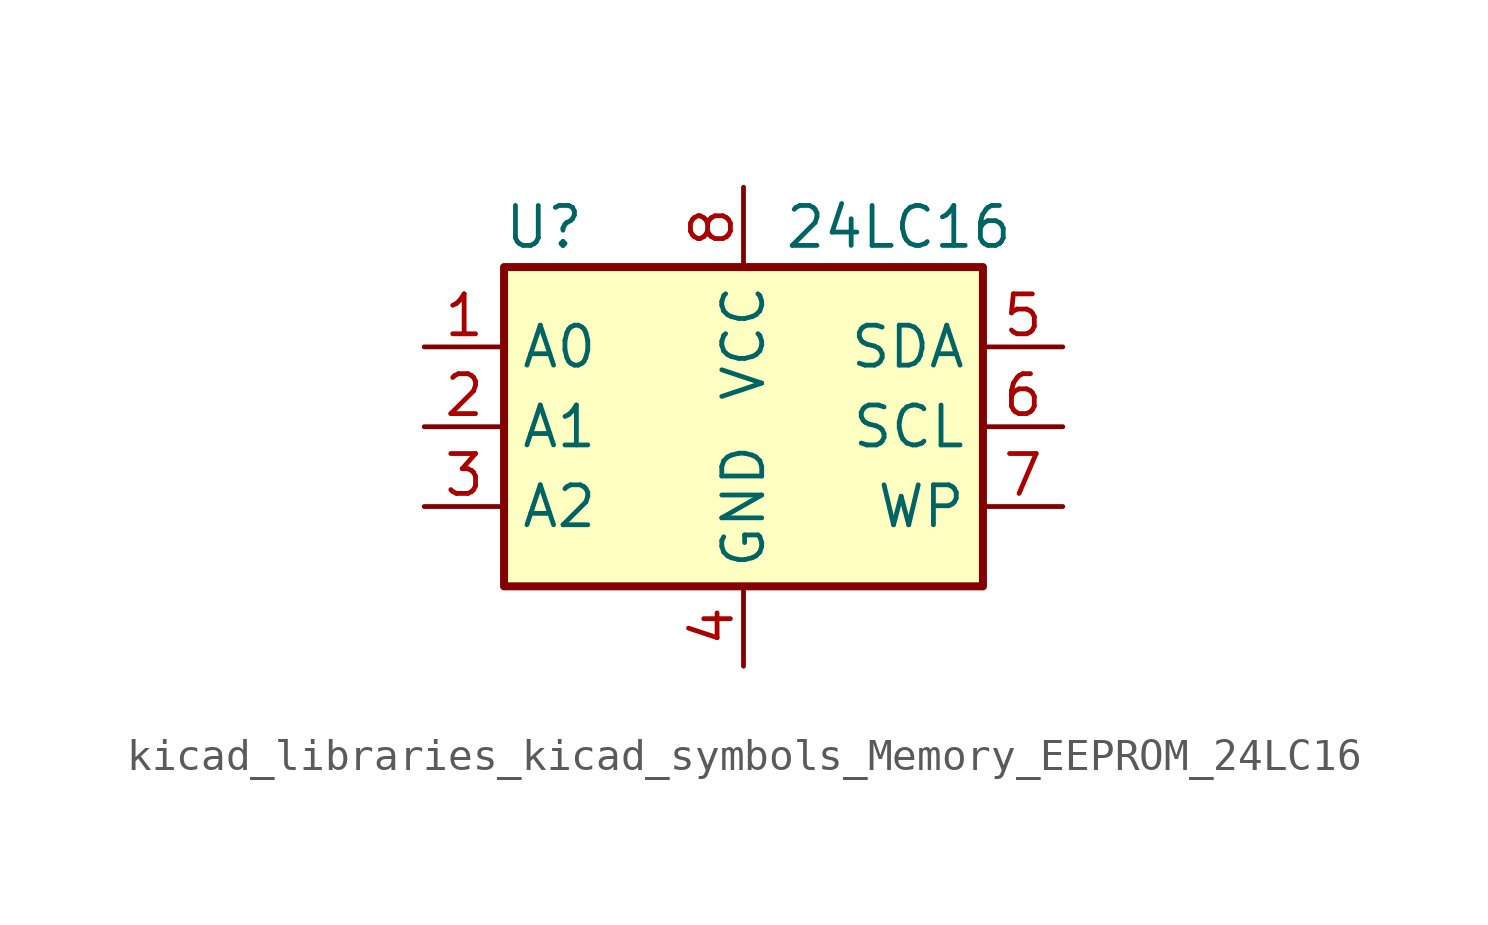
<source format=kicad_sym>
(kicad_symbol_lib
  (version 20220914)
  (generator kicad_symbol_editor)
  (symbol "kicad_libraries_kicad_symbols_Memory_EEPROM_24LC16"
    (property "Reference" "U"
      (at -6.35 6.35 0)
      (effects (font (size 1.27 1.27))))
    (property "Value" "24LC16"
      (at 1.27 6.35 0)
      (effects (font (size 1.27 1.27)) (justify left)))
    (symbol "kicad_libraries_kicad_symbols_Memory_EEPROM_24LC16_1_1"
      (rectangle (start -7.62 5.08) (end 7.62 -5.08) (stroke (width 0.254) (type default)) (fill (type background)))
      (pin input line (at -10.16 2.54 0) (length 2.54) (name "A0" (effects (font (size 1.27 1.27)))) (number "1" (effects (font (size 1.27 1.27)))))
      (pin input line (at -10.16 0 0) (length 2.54) (name "A1" (effects (font (size 1.27 1.27)))) (number "2" (effects (font (size 1.27 1.27)))))
      (pin input line (at -10.16 -2.54 0) (length 2.54) (name "A2" (effects (font (size 1.27 1.27)))) (number "3" (effects (font (size 1.27 1.27)))))
      (pin power_in line (at 0 -7.62 90) (length 2.54) (name "GND" (effects (font (size 1.27 1.27)))) (number "4" (effects (font (size 1.27 1.27)))))
      (pin bidirectional line (at 10.16 2.54 180) (length 2.54) (name "SDA" (effects (font (size 1.27 1.27)))) (number "5" (effects (font (size 1.27 1.27)))))
      (pin input line (at 10.16 0 180) (length 2.54) (name "SCL" (effects (font (size 1.27 1.27)))) (number "6" (effects (font (size 1.27 1.27)))))
      (pin input line (at 10.16 -2.54 180) (length 2.54) (name "WP" (effects (font (size 1.27 1.27)))) (number "7" (effects (font (size 1.27 1.27)))))
      (pin power_in line (at 0 7.62 270) (length 2.54) (name "VCC" (effects (font (size 1.27 1.27)))) (number "8" (effects (font (size 1.27 1.27))))))))
</source>
